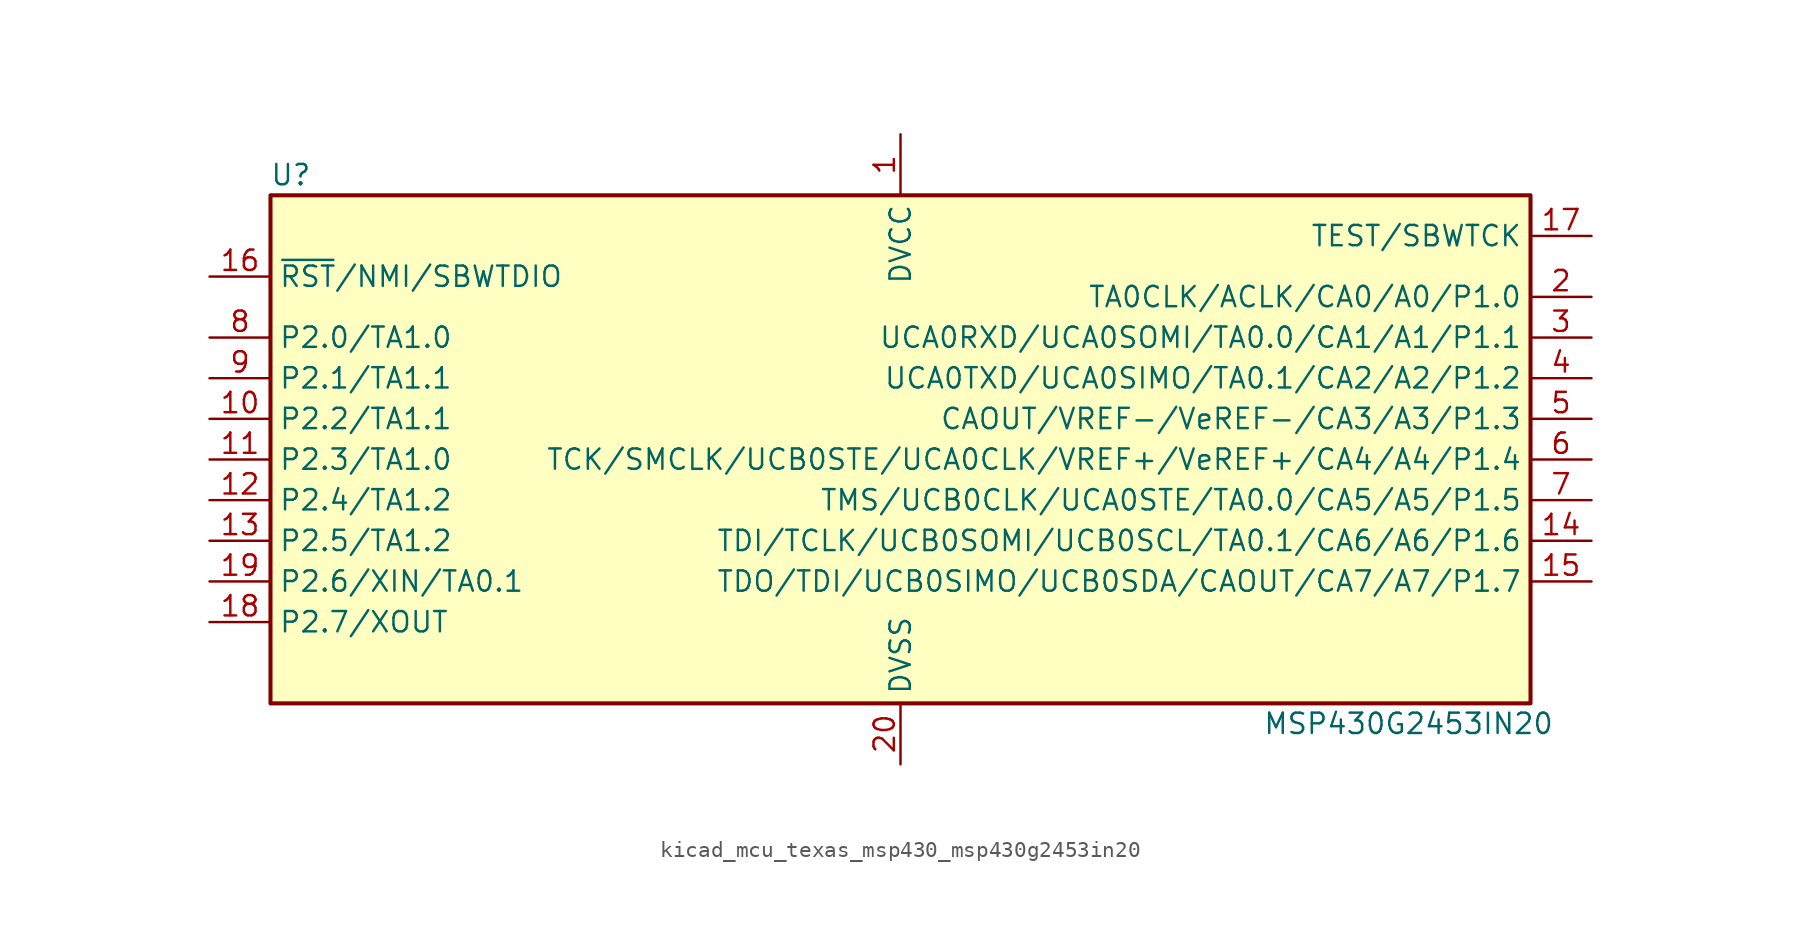
<source format=kicad_sym>
(kicad_symbol_lib
  (version 20220914)
  (generator kicad_symbol_editor)
  (symbol "kicad_mcu_texas_msp430_msp430g2453in20"
    (property "Reference" "U"
      (at -38.1 17.78 0)
      (effects (font (size 1.27 1.27))))
    (property "Value" "MSP430G2453IN20"
      (at 31.75 -16.51 0)
      (effects (font (size 1.27 1.27))))
    (symbol "kicad_mcu_texas_msp430_msp430g2453in20_0_1"
      (rectangle (start -39.37 16.51) (end 39.37 -15.24) (stroke (width 0.254) (type default)) (fill (type background))))
    (symbol "kicad_mcu_texas_msp430_msp430g2453in20_1_1"
      (pin power_in line (at 0 20.32 270) (length 3.81) (name "DVCC" (effects (font (size 1.27 1.27)))) (number "1" (effects (font (size 1.27 1.27)))))
      (pin bidirectional line (at -43.18 2.54 0) (length 3.81) (name "P2.2/TA1.1" (effects (font (size 1.27 1.27)))) (number "10" (effects (font (size 1.27 1.27)))))
      (pin bidirectional line (at -43.18 0 0) (length 3.81) (name "P2.3/TA1.0" (effects (font (size 1.27 1.27)))) (number "11" (effects (font (size 1.27 1.27)))))
      (pin bidirectional line (at -43.18 -2.54 0) (length 3.81) (name "P2.4/TA1.2" (effects (font (size 1.27 1.27)))) (number "12" (effects (font (size 1.27 1.27)))))
      (pin bidirectional line (at -43.18 -5.08 0) (length 3.81) (name "P2.5/TA1.2" (effects (font (size 1.27 1.27)))) (number "13" (effects (font (size 1.27 1.27)))))
      (pin bidirectional line (at 43.18 -5.08 180) (length 3.81) (name "TDI/TCLK/UCB0SOMI/UCB0SCL/TA0.1/CA6/A6/P1.6" (effects (font (size 1.27 1.27)))) (number "14" (effects (font (size 1.27 1.27)))))
      (pin bidirectional line (at 43.18 -7.62 180) (length 3.81) (name "TDO/TDI/UCB0SIMO/UCB0SDA/CAOUT/CA7/A7/P1.7" (effects (font (size 1.27 1.27)))) (number "15" (effects (font (size 1.27 1.27)))))
      (pin input line (at -43.18 11.43 0) (length 3.81) (name "~{RST}/NMI/SBWTDIO" (effects (font (size 1.27 1.27)))) (number "16" (effects (font (size 1.27 1.27)))))
      (pin input line (at 43.18 13.97 180) (length 3.81) (name "TEST/SBWTCK" (effects (font (size 1.27 1.27)))) (number "17" (effects (font (size 1.27 1.27)))))
      (pin bidirectional line (at -43.18 -10.16 0) (length 3.81) (name "P2.7/XOUT" (effects (font (size 1.27 1.27)))) (number "18" (effects (font (size 1.27 1.27)))))
      (pin bidirectional line (at -43.18 -7.62 0) (length 3.81) (name "P2.6/XIN/TA0.1" (effects (font (size 1.27 1.27)))) (number "19" (effects (font (size 1.27 1.27)))))
      (pin bidirectional line (at 43.18 10.16 180) (length 3.81) (name "TA0CLK/ACLK/CA0/A0/P1.0" (effects (font (size 1.27 1.27)))) (number "2" (effects (font (size 1.27 1.27)))))
      (pin power_in line (at 0 -19.05 90) (length 3.81) (name "DVSS" (effects (font (size 1.27 1.27)))) (number "20" (effects (font (size 1.27 1.27)))))
      (pin bidirectional line (at 43.18 7.62 180) (length 3.81) (name "UCA0RXD/UCA0SOMI/TA0.0/CA1/A1/P1.1" (effects (font (size 1.27 1.27)))) (number "3" (effects (font (size 1.27 1.27)))))
      (pin bidirectional line (at 43.18 5.08 180) (length 3.81) (name "UCA0TXD/UCA0SIMO/TA0.1/CA2/A2/P1.2" (effects (font (size 1.27 1.27)))) (number "4" (effects (font (size 1.27 1.27)))))
      (pin bidirectional line (at 43.18 2.54 180) (length 3.81) (name "CAOUT/VREF-/VeREF-/CA3/A3/P1.3" (effects (font (size 1.27 1.27)))) (number "5" (effects (font (size 1.27 1.27)))))
      (pin bidirectional line (at 43.18 0 180) (length 3.81) (name "TCK/SMCLK/UCB0STE/UCA0CLK/VREF+/VeREF+/CA4/A4/P1.4" (effects (font (size 1.27 1.27)))) (number "6" (effects (font (size 1.27 1.27)))))
      (pin bidirectional line (at 43.18 -2.54 180) (length 3.81) (name "TMS/UCB0CLK/UCA0STE/TA0.0/CA5/A5/P1.5" (effects (font (size 1.27 1.27)))) (number "7" (effects (font (size 1.27 1.27)))))
      (pin bidirectional line (at -43.18 7.62 0) (length 3.81) (name "P2.0/TA1.0" (effects (font (size 1.27 1.27)))) (number "8" (effects (font (size 1.27 1.27)))))
      (pin bidirectional line (at -43.18 5.08 0) (length 3.81) (name "P2.1/TA1.1" (effects (font (size 1.27 1.27)))) (number "9" (effects (font (size 1.27 1.27))))))))
</source>
